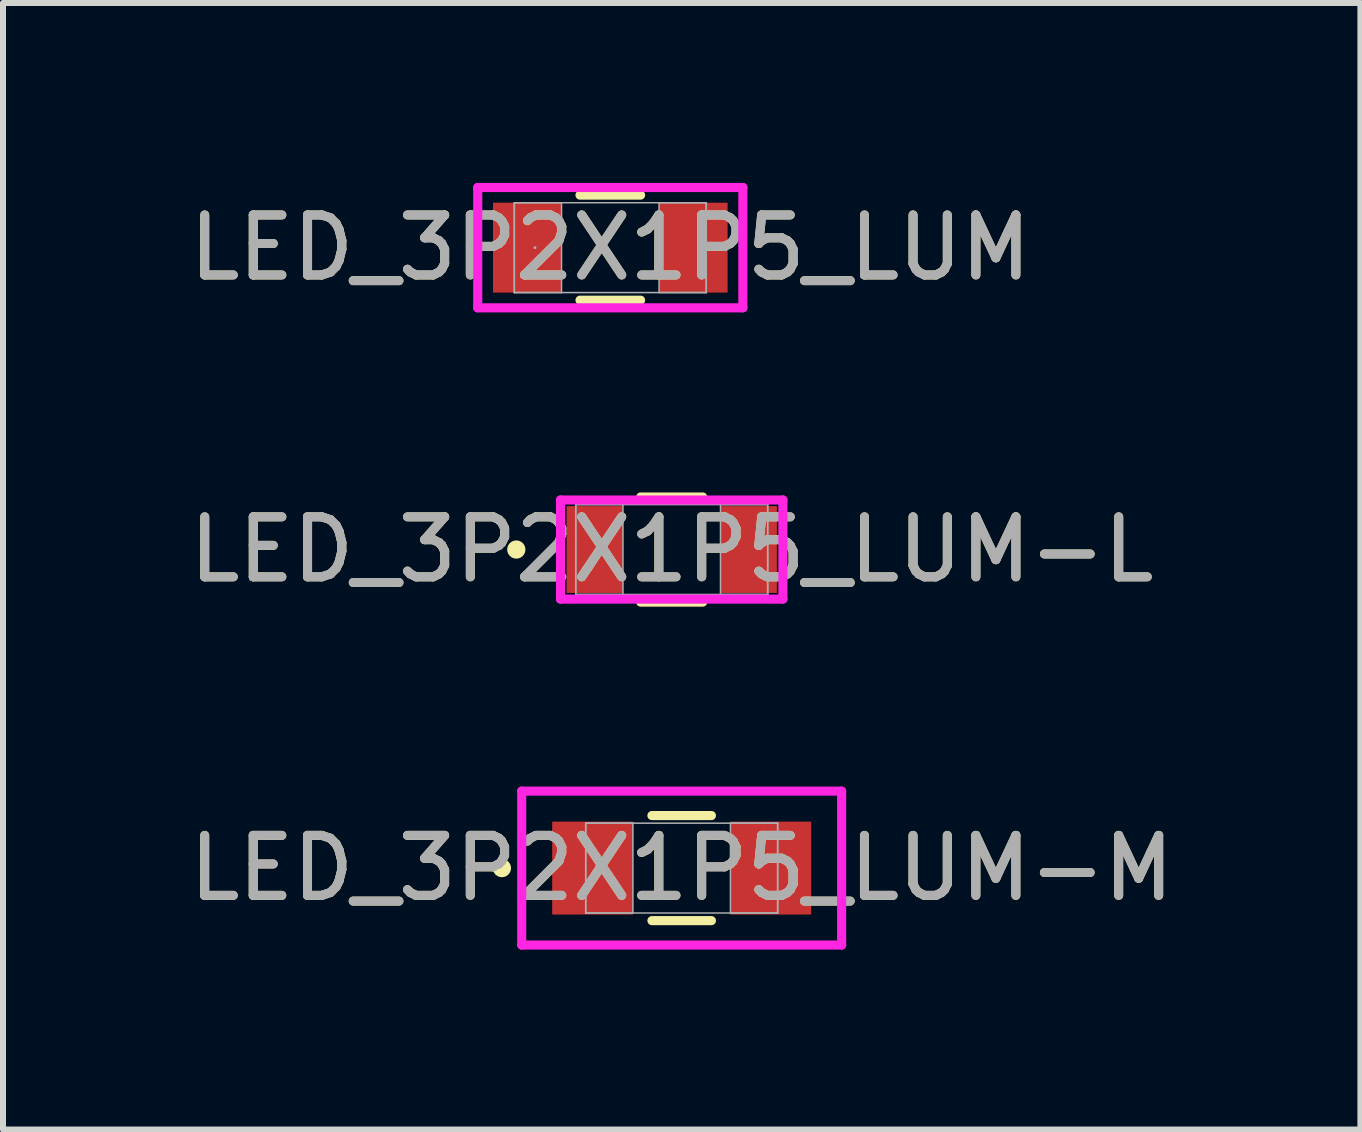
<source format=kicad_pcb>
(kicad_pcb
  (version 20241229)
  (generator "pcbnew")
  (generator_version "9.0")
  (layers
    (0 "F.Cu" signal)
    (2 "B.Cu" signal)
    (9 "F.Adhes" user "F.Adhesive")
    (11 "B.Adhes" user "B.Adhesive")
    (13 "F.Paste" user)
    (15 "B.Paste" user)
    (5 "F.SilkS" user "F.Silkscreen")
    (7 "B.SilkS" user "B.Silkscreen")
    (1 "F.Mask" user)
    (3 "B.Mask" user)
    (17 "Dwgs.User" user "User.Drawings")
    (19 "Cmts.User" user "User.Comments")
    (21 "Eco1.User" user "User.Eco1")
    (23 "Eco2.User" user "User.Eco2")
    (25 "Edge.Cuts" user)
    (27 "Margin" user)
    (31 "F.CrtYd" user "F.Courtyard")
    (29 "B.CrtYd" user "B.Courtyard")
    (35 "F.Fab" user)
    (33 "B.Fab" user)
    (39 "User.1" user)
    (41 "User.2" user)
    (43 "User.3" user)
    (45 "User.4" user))
  (footprint "LED_3P2X1P5_LUM"
    (layer "F.Cu")
    (at 7.125 1.079)
    (property "Reference" "LED_3P2X1P5_LUM" (at 0 0 0) (unlocked yes) (layer "F.SilkS") (effects (font (size 1 1) (thickness 0.15))))
    (attr smd)
    (fp_line (start -0.505 0.876) (end 0.505 0.876) (stroke (width 0.152) (type solid)) (layer "F.SilkS"))
    (fp_line (start 0.505 -0.876) (end -0.505 -0.876) (stroke (width 0.152) (type solid)) (layer "F.SilkS"))
    (fp_line (start -2.21 -1.003) (end 2.21 -1.003) (stroke (width 0.152) (type solid)) (layer "F.CrtYd"))
    (fp_line (start -2.21 1.003) (end -2.21 -1.003) (stroke (width 0.152) (type solid)) (layer "F.CrtYd"))
    (fp_line (start 2.21 -1.003) (end 2.21 1.003) (stroke (width 0.152) (type solid)) (layer "F.CrtYd"))
    (fp_line (start 2.21 1.003) (end -2.21 1.003) (stroke (width 0.152) (type solid)) (layer "F.CrtYd"))
    (fp_line (start -1.6 -0.749) (end -1.6 0.749) (stroke (width 0.025) (type solid)) (layer "F.Fab"))
    (fp_line (start -1.6 -0.749) (end -1.6 0.749) (stroke (width 0.025) (type solid)) (layer "F.Fab"))
    (fp_line (start -1.6 0.749) (end -0.813 0.749) (stroke (width 0.025) (type solid)) (layer "F.Fab"))
    (fp_line (start -1.6 0.749) (end 1.6 0.749) (stroke (width 0.025) (type solid)) (layer "F.Fab"))
    (fp_line (start -0.813 -0.749) (end -1.6 -0.749) (stroke (width 0.025) (type solid)) (layer "F.Fab"))
    (fp_line (start -0.813 0.749) (end -0.813 -0.749) (stroke (width 0.025) (type solid)) (layer "F.Fab"))
    (fp_line (start 0.813 -0.749) (end 0.813 0.749) (stroke (width 0.025) (type solid)) (layer "F.Fab"))
    (fp_line (start 0.813 0.749) (end 1.6 0.749) (stroke (width 0.025) (type solid)) (layer "F.Fab"))
    (fp_line (start 1.6 -0.749) (end -1.6 -0.749) (stroke (width 0.025) (type solid)) (layer "F.Fab"))
    (fp_line (start 1.6 -0.749) (end 0.813 -0.749) (stroke (width 0.025) (type solid)) (layer "F.Fab"))
    (fp_line (start 1.6 0.749) (end 1.6 -0.749) (stroke (width 0.025) (type solid)) (layer "F.Fab"))
    (fp_line (start 1.6 0.749) (end 1.6 -0.749) (stroke (width 0.025) (type solid)) (layer "F.Fab"))
    (fp_circle (center -1.257 0) (end -1.257 0) (stroke (width 0.025) (type solid)) (fill no) (layer "F.Fab"))
    (fp_text user "${REFERENCE}" (at 0 0 0) (unlocked yes) (layer "F.Fab") (effects (font (size 1 1) (thickness 0.15))))
    (pad "1" smd rect (at -1.384 0) (size 1.143 1.499) (layers "F.Cu" "F.Mask" "F.Paste"))
    (pad "2" smd rect (at 1.384 0) (size 1.143 1.499) (layers "F.Cu" "F.Mask" "F.Paste"))
    (zone (net_name "") (layer "F.Cu") (hatch full 0.508) (connect_pads) (min_thickness 0.254) (filled_areas_thickness no) (keepout (tracks not_allowed) (vias not_allowed) (pads allowed) (copperpour not_allowed) (footprints allowed)) (placement (enabled no)) (fill) (polygon (pts (xy 6.363 0.381) (xy 7.887 0.381) (xy 7.887 1.778) (xy 6.363 1.778)))))
  (footprint "LED_3P2X1P5_LUM-L"
    (layer "F.Cu")
    (at 8.149 6.112)
    (property "Reference" "LED_3P2X1P5_LUM-L" (at 0 0 0) (unlocked yes) (layer "F.SilkS") (effects (font (size 1 1) (thickness 0.15))))
    (attr smd)
    (fp_line (start -0.517 0.876) (end 0.517 0.876) (stroke (width 0.152) (type solid)) (layer "F.SilkS"))
    (fp_line (start 0.517 -0.876) (end -0.517 -0.876) (stroke (width 0.152) (type solid)) (layer "F.SilkS"))
    (fp_circle (center -2.591 0) (end -2.515 0) (stroke (width 0.152) (type solid)) (fill no) (layer "F.SilkS"))
    (fp_line (start -1.854 -0.826) (end 1.854 -0.826) (stroke (width 0.152) (type solid)) (layer "F.CrtYd"))
    (fp_line (start -1.854 0.826) (end -1.854 -0.826) (stroke (width 0.152) (type solid)) (layer "F.CrtYd"))
    (fp_line (start 1.854 -0.826) (end 1.854 0.826) (stroke (width 0.152) (type solid)) (layer "F.CrtYd"))
    (fp_line (start 1.854 0.826) (end -1.854 0.826) (stroke (width 0.152) (type solid)) (layer "F.CrtYd"))
    (fp_line (start -1.6 -0.749) (end -1.6 0.749) (stroke (width 0.025) (type solid)) (layer "F.Fab"))
    (fp_line (start -1.6 -0.749) (end -1.6 0.749) (stroke (width 0.025) (type solid)) (layer "F.Fab"))
    (fp_line (start -1.6 0.749) (end -0.813 0.749) (stroke (width 0.025) (type solid)) (layer "F.Fab"))
    (fp_line (start -1.6 0.749) (end 1.6 0.749) (stroke (width 0.025) (type solid)) (layer "F.Fab"))
    (fp_line (start -0.813 -0.749) (end -1.6 -0.749) (stroke (width 0.025) (type solid)) (layer "F.Fab"))
    (fp_line (start -0.813 0.749) (end -0.813 -0.749) (stroke (width 0.025) (type solid)) (layer "F.Fab"))
    (fp_line (start 0.813 -0.749) (end 0.813 0.749) (stroke (width 0.025) (type solid)) (layer "F.Fab"))
    (fp_line (start 0.813 0.749) (end 1.6 0.749) (stroke (width 0.025) (type solid)) (layer "F.Fab"))
    (fp_line (start 1.6 -0.749) (end -1.6 -0.749) (stroke (width 0.025) (type solid)) (layer "F.Fab"))
    (fp_line (start 1.6 -0.749) (end 0.813 -0.749) (stroke (width 0.025) (type solid)) (layer "F.Fab"))
    (fp_line (start 1.6 0.749) (end 1.6 -0.749) (stroke (width 0.025) (type solid)) (layer "F.Fab"))
    (fp_line (start 1.6 0.749) (end 1.6 -0.749) (stroke (width 0.025) (type solid)) (layer "F.Fab"))
    (fp_circle (center -1.156 0) (end -1.079 0) (stroke (width 0.025) (type solid)) (fill no) (layer "F.Fab"))
    (fp_text user "${REFERENCE}" (at 0 0 0) (unlocked yes) (layer "F.Fab") (effects (font (size 1 1) (thickness 0.15))))
    (pad "1" smd rect (at -1.283 0) (size 0.94 1.448) (layers "F.Cu" "F.Mask" "F.Paste"))
    (pad "2" smd rect (at 1.283 0) (size 0.94 1.448) (layers "F.Cu" "F.Mask" "F.Paste"))
    (zone (net_name "") (layer "F.Cu") (hatch full 0.508) (connect_pads) (min_thickness 0.254) (filled_areas_thickness no) (keepout (tracks not_allowed) (vias not_allowed) (pads allowed) (copperpour not_allowed) (footprints allowed)) (placement (enabled no)) (fill) (polygon (pts (xy 7.387 5.413) (xy 8.911 5.413) (xy 8.911 6.81) (xy 7.387 6.81)))))
  (footprint "LED_3P2X1P5_LUM-M"
    (layer "F.Cu")
    (at 8.315 11.423)
    (property "Reference" "LED_3P2X1P5_LUM-M" (at 0 0 0) (unlocked yes) (layer "F.SilkS") (effects (font (size 1 1) (thickness 0.15))))
    (attr smd)
    (fp_line (start -0.496 0.876) (end 0.496 0.876) (stroke (width 0.152) (type solid)) (layer "F.SilkS"))
    (fp_line (start 0.496 -0.876) (end -0.496 -0.876) (stroke (width 0.152) (type solid)) (layer "F.SilkS"))
    (fp_circle (center -2.997 0) (end -2.921 0) (stroke (width 0.152) (type solid)) (fill no) (layer "F.SilkS"))
    (fp_line (start -2.667 -1.283) (end 2.667 -1.283) (stroke (width 0.152) (type solid)) (layer "F.CrtYd"))
    (fp_line (start -2.667 1.283) (end -2.667 -1.283) (stroke (width 0.152) (type solid)) (layer "F.CrtYd"))
    (fp_line (start 2.667 -1.283) (end 2.667 1.283) (stroke (width 0.152) (type solid)) (layer "F.CrtYd"))
    (fp_line (start 2.667 1.283) (end -2.667 1.283) (stroke (width 0.152) (type solid)) (layer "F.CrtYd"))
    (fp_line (start -1.6 -0.749) (end -1.6 0.749) (stroke (width 0.025) (type solid)) (layer "F.Fab"))
    (fp_line (start -1.6 -0.749) (end -1.6 0.749) (stroke (width 0.025) (type solid)) (layer "F.Fab"))
    (fp_line (start -1.6 0.749) (end -0.813 0.749) (stroke (width 0.025) (type solid)) (layer "F.Fab"))
    (fp_line (start -1.6 0.749) (end 1.6 0.749) (stroke (width 0.025) (type solid)) (layer "F.Fab"))
    (fp_line (start -0.813 -0.749) (end -1.6 -0.749) (stroke (width 0.025) (type solid)) (layer "F.Fab"))
    (fp_line (start -0.813 0.749) (end -0.813 -0.749) (stroke (width 0.025) (type solid)) (layer "F.Fab"))
    (fp_line (start 0.813 -0.749) (end 0.813 0.749) (stroke (width 0.025) (type solid)) (layer "F.Fab"))
    (fp_line (start 0.813 0.749) (end 1.6 0.749) (stroke (width 0.025) (type solid)) (layer "F.Fab"))
    (fp_line (start 1.6 -0.749) (end -1.6 -0.749) (stroke (width 0.025) (type solid)) (layer "F.Fab"))
    (fp_line (start 1.6 -0.749) (end 0.813 -0.749) (stroke (width 0.025) (type solid)) (layer "F.Fab"))
    (fp_line (start 1.6 0.749) (end 1.6 -0.749) (stroke (width 0.025) (type solid)) (layer "F.Fab"))
    (fp_line (start 1.6 0.749) (end 1.6 -0.749) (stroke (width 0.025) (type solid)) (layer "F.Fab"))
    (fp_circle (center -1.359 0) (end -1.283 0) (stroke (width 0.025) (type solid)) (fill no) (layer "F.Fab"))
    (fp_text user "${REFERENCE}" (at 0 0 0) (unlocked yes) (layer "F.Fab") (effects (font (size 1 1) (thickness 0.15))))
    (pad "1" smd rect (at -1.486 0) (size 1.346 1.549) (layers "F.Cu" "F.Mask" "F.Paste"))
    (pad "2" smd rect (at 1.486 0) (size 1.346 1.549) (layers "F.Cu" "F.Mask" "F.Paste"))
    (zone (net_name "") (layer "F.Cu") (hatch full 0.508) (connect_pads) (min_thickness 0.254) (filled_areas_thickness no) (keepout (tracks not_allowed) (vias not_allowed) (pads allowed) (copperpour not_allowed) (footprints allowed)) (placement (enabled no)) (fill) (polygon (pts (xy 7.553 10.724) (xy 9.077 10.724) (xy 9.077 12.121) (xy 7.553 12.121)))))
  (gr_rect
    (start -3 -3)
    (end 19.631 15.782)
    (stroke (width 0.1) (type default))
    (fill no)
    (layer "Edge.Cuts")))
</source>
